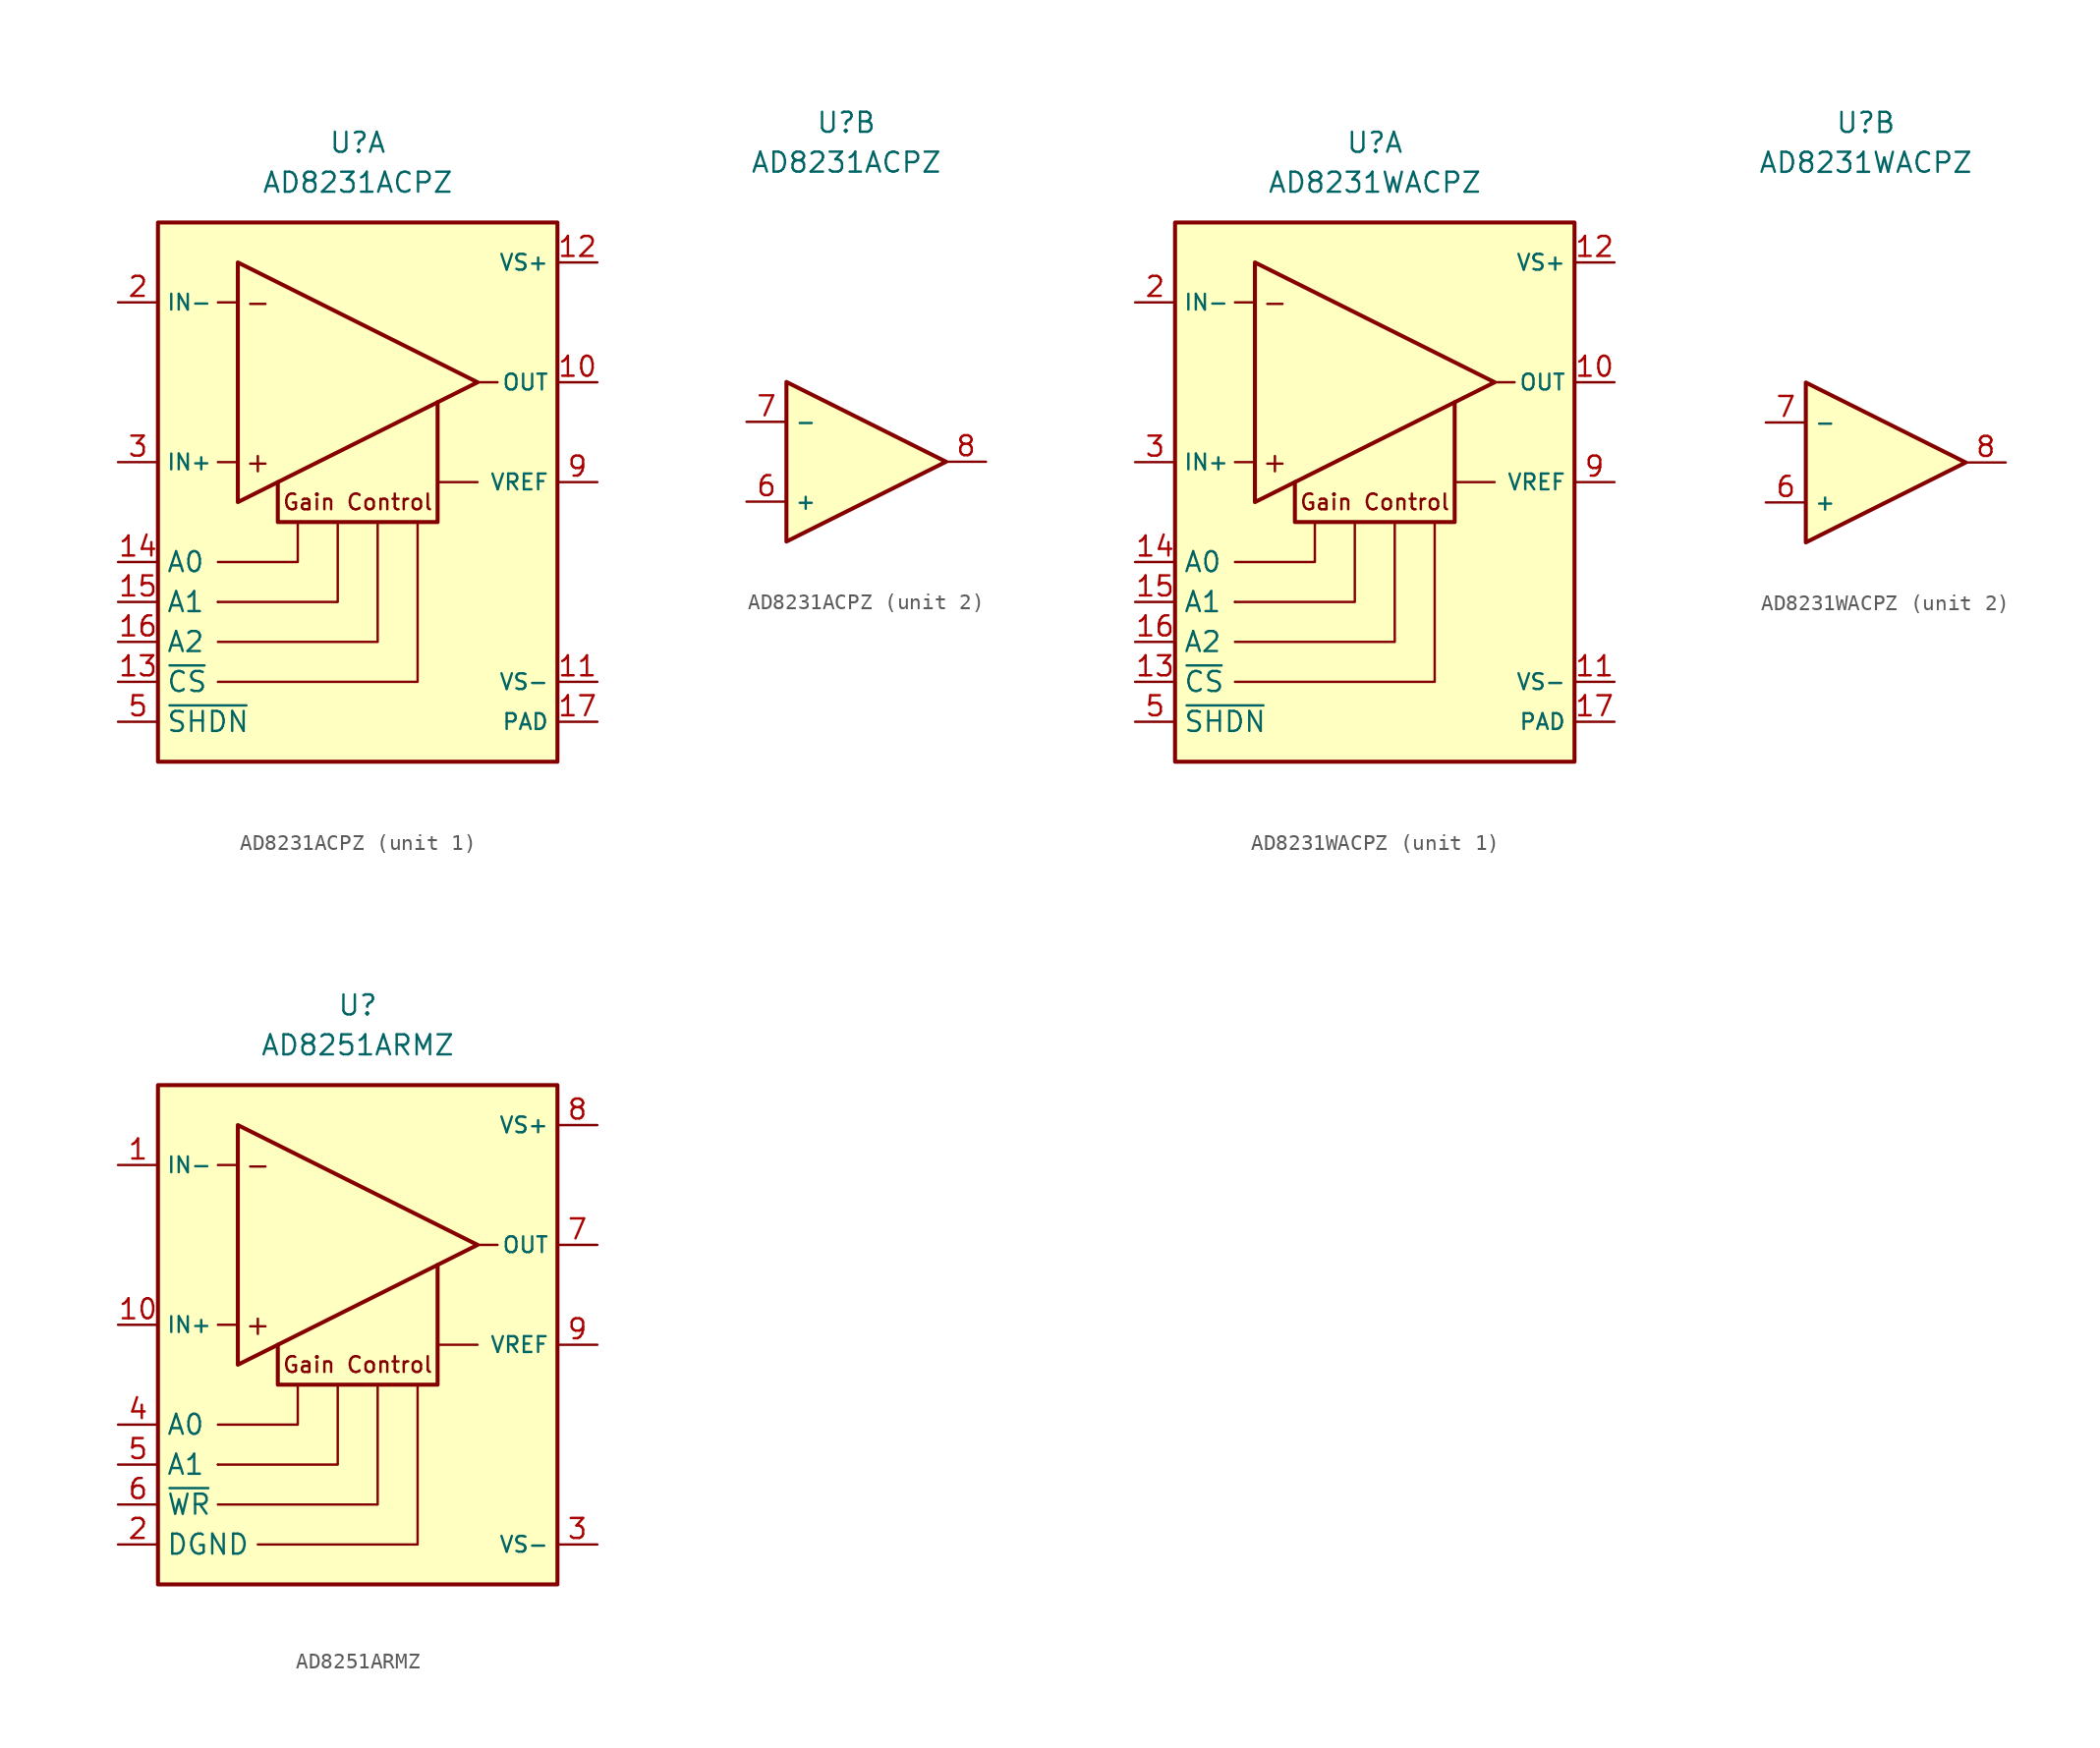
<source format=kicad_sym>
(kicad_symbol_lib
  (version 20231120)
  (generator "kicad_symbol_editor")
  (generator_version "8.0")
  (symbol "AD8231ACPZ"
    (property "Reference" "U"
      (at 0 21.59 0)
      (effects (font (size 1.27 1.27))))
    (property "Value" "AD8231ACPZ"
      (at 0 19.05 0)
      (effects (font (size 1.27 1.27))))
    (property "ki_locked" ""
      (at 0 0 0)
      (effects (font (size 1.27 1.27))))
    (symbol "AD8231ACPZ_1_0"
      (rectangle (start -12.7 16.51) (end 12.7 -17.78) (stroke (width 0.254) (type default)) (fill (type background))))
    (symbol "AD8231ACPZ_1_1"
      (polyline (pts (xy -8.89 -7.62) (xy -8.89 -7.62)) (stroke (width 0.152) (type default)) (fill (type none)))
      (polyline (pts (xy -7.62 1.27) (xy -8.89 1.27)) (stroke (width 0.152) (type default)) (fill (type none)))
      (polyline (pts (xy -7.62 11.43) (xy -8.89 11.43)) (stroke (width 0.152) (type default)) (fill (type none)))
      (polyline (pts (xy 5.08 0) (xy 7.62 0)) (stroke (width 0.152) (type default)) (fill (type none)))
      (polyline (pts (xy 7.62 6.35) (xy 8.89 6.35)) (stroke (width 0.152) (type default)) (fill (type none)))
      (polyline (pts (xy -8.89 -12.7) (xy 3.81 -12.7) (xy 3.81 -2.54)) (stroke (width 0.152) (type default)) (fill (type none)))
      (polyline (pts (xy -8.89 -7.62) (xy -1.27 -7.62) (xy -1.27 -2.54)) (stroke (width 0.152) (type default)) (fill (type none)))
      (polyline (pts (xy -3.81 -2.54) (xy -3.81 -5.08) (xy -8.89 -5.08)) (stroke (width 0.152) (type default)) (fill (type none)))
      (polyline (pts (xy 1.27 -2.54) (xy 1.27 -10.16) (xy -8.89 -10.16)) (stroke (width 0.152) (type default)) (fill (type none)))
      (polyline (pts (xy -7.62 13.97) (xy -7.62 -1.27) (xy 7.62 6.35) (xy -7.62 13.97)) (stroke (width 0.254) (type default)) (fill (type none)))
      (polyline (pts (xy 5.08 5.08) (xy 5.08 -2.54) (xy -5.08 -2.54) (xy -5.08 0)) (stroke (width 0.254) (type default)) (fill (type none)))
      (text "+" (at -6.35 1.27 0) (effects (font (size 1.27 1.27))))
      (text "-" (at -6.35 11.43 0) (effects (font (size 1.27 1.27))))
      (text "Gain Control" (at 0 -1.27 0) (effects (font (size 1 1))))
      (pin free line (at 2.54 -13.97 0) (length 2.54) hide (name "NC" (effects (font (size 1.27 1.27)))) (number "1" (effects (font (size 1.27 1.27)))))
      (pin output line (at 15.24 6.35 180) (length 2.54) (name "OUT" (effects (font (size 1 1)))) (number "10" (effects (font (size 1.27 1.27)))))
      (pin power_in line (at 15.24 -12.7 180) (length 2.54) (name "VS-" (effects (font (size 1 1)))) (number "11" (effects (font (size 1.27 1.27)))))
      (pin power_in line (at 15.24 13.97 180) (length 2.54) (name "VS+" (effects (font (size 1 1)))) (number "12" (effects (font (size 1.27 1.27)))))
      (pin input line (at -15.24 -12.7 0) (length 2.54) (name "~{CS}" (effects (font (size 1.27 1.27)))) (number "13" (effects (font (size 1.27 1.27)))))
      (pin input line (at -15.24 -5.08 0) (length 2.54) (name "A0" (effects (font (size 1.27 1.27)))) (number "14" (effects (font (size 1.27 1.27)))))
      (pin input line (at -15.24 -7.62 0) (length 2.54) (name "A1" (effects (font (size 1.27 1.27)))) (number "15" (effects (font (size 1.27 1.27)))))
      (pin input line (at -15.24 -10.16 0) (length 2.54) (name "A2" (effects (font (size 1.27 1.27)))) (number "16" (effects (font (size 1.27 1.27)))))
      (pin power_in line (at 15.24 -15.24 180) (length 2.54) (name "PAD" (effects (font (size 1 1)))) (number "17" (effects (font (size 1.27 1.27)))))
      (pin input line (at -15.24 11.43 0) (length 2.54) (name "IN-" (effects (font (size 1 1)))) (number "2" (effects (font (size 1.27 1.27)))))
      (pin input line (at -15.24 1.27 0) (length 2.54) (name "IN+" (effects (font (size 1 1)))) (number "3" (effects (font (size 1.27 1.27)))))
      (pin free line (at 2.54 -16.51 0) (length 2.54) hide (name "NC" (effects (font (size 1.27 1.27)))) (number "4" (effects (font (size 1.27 1.27)))))
      (pin input line (at -15.24 -15.24 0) (length 2.54) (name "~{SHDN}" (effects (font (size 1.27 1.27)))) (number "5" (effects (font (size 1.27 1.27)))))
      (pin input line (at 15.24 0 180) (length 2.54) (name "VREF" (effects (font (size 1 1)))) (number "9" (effects (font (size 1.27 1.27))))))
    (symbol "AD8231ACPZ_2_1"
      (polyline (pts (xy -3.81 5.08) (xy -3.81 -5.08) (xy 6.35 0) (xy -3.81 5.08)) (stroke (width 0.254) (type default)) (fill (type background)))
      (pin input line (at -6.35 -2.54 0) (length 2.54) (name "+" (effects (font (size 1 1)))) (number "6" (effects (font (size 1.27 1.27)))))
      (pin input line (at -6.35 2.54 0) (length 2.54) (name "-" (effects (font (size 1 1)))) (number "7" (effects (font (size 1.27 1.27)))))
      (pin output line (at 8.89 0 180) (length 2.54) (name "~" (effects (font (size 1 1)))) (number "8" (effects (font (size 1.27 1.27)))))))
  (symbol "AD8231WACPZ"
    (property "Reference" "U"
      (at 0 21.59 0)
      (effects (font (size 1.27 1.27))))
    (property "Value" "AD8231WACPZ"
      (at 0 19.05 0)
      (effects (font (size 1.27 1.27))))
    (property "ki_locked" ""
      (at 0 0 0)
      (effects (font (size 1.27 1.27))))
    (symbol "AD8231WACPZ_1_0"
      (rectangle (start -12.7 16.51) (end 12.7 -17.78) (stroke (width 0.254) (type default)) (fill (type background))))
    (symbol "AD8231WACPZ_1_1"
      (polyline (pts (xy -8.89 -7.62) (xy -8.89 -7.62)) (stroke (width 0.152) (type default)) (fill (type none)))
      (polyline (pts (xy -7.62 1.27) (xy -8.89 1.27)) (stroke (width 0.152) (type default)) (fill (type none)))
      (polyline (pts (xy -7.62 11.43) (xy -8.89 11.43)) (stroke (width 0.152) (type default)) (fill (type none)))
      (polyline (pts (xy 5.08 0) (xy 7.62 0)) (stroke (width 0.152) (type default)) (fill (type none)))
      (polyline (pts (xy 7.62 6.35) (xy 8.89 6.35)) (stroke (width 0.152) (type default)) (fill (type none)))
      (polyline (pts (xy -8.89 -12.7) (xy 3.81 -12.7) (xy 3.81 -2.54)) (stroke (width 0.152) (type default)) (fill (type none)))
      (polyline (pts (xy -8.89 -7.62) (xy -1.27 -7.62) (xy -1.27 -2.54)) (stroke (width 0.152) (type default)) (fill (type none)))
      (polyline (pts (xy -3.81 -2.54) (xy -3.81 -5.08) (xy -8.89 -5.08)) (stroke (width 0.152) (type default)) (fill (type none)))
      (polyline (pts (xy 1.27 -2.54) (xy 1.27 -10.16) (xy -8.89 -10.16)) (stroke (width 0.152) (type default)) (fill (type none)))
      (polyline (pts (xy -7.62 13.97) (xy -7.62 -1.27) (xy 7.62 6.35) (xy -7.62 13.97)) (stroke (width 0.254) (type default)) (fill (type none)))
      (polyline (pts (xy 5.08 5.08) (xy 5.08 -2.54) (xy -5.08 -2.54) (xy -5.08 0)) (stroke (width 0.254) (type default)) (fill (type none)))
      (text "+" (at -6.35 1.27 0) (effects (font (size 1.27 1.27))))
      (text "-" (at -6.35 11.43 0) (effects (font (size 1.27 1.27))))
      (text "Gain Control" (at 0 -1.27 0) (effects (font (size 1 1))))
      (pin free line (at 3.81 -13.97 0) (length 2.54) hide (name "NC" (effects (font (size 1.27 1.27)))) (number "1" (effects (font (size 1.27 1.27)))))
      (pin output line (at 15.24 6.35 180) (length 2.54) (name "OUT" (effects (font (size 1 1)))) (number "10" (effects (font (size 1.27 1.27)))))
      (pin power_in line (at 15.24 -12.7 180) (length 2.54) (name "VS-" (effects (font (size 1 1)))) (number "11" (effects (font (size 1.27 1.27)))))
      (pin power_in line (at 15.24 13.97 180) (length 2.54) (name "VS+" (effects (font (size 1 1)))) (number "12" (effects (font (size 1.27 1.27)))))
      (pin input line (at -15.24 -12.7 0) (length 2.54) (name "~{CS}" (effects (font (size 1.27 1.27)))) (number "13" (effects (font (size 1.27 1.27)))))
      (pin input line (at -15.24 -5.08 0) (length 2.54) (name "A0" (effects (font (size 1.27 1.27)))) (number "14" (effects (font (size 1.27 1.27)))))
      (pin input line (at -15.24 -7.62 0) (length 2.54) (name "A1" (effects (font (size 1.27 1.27)))) (number "15" (effects (font (size 1.27 1.27)))))
      (pin input line (at -15.24 -10.16 0) (length 2.54) (name "A2" (effects (font (size 1.27 1.27)))) (number "16" (effects (font (size 1.27 1.27)))))
      (pin power_in line (at 15.24 -15.24 180) (length 2.54) (name "PAD" (effects (font (size 1 1)))) (number "17" (effects (font (size 1.27 1.27)))))
      (pin input line (at -15.24 11.43 0) (length 2.54) (name "IN-" (effects (font (size 1 1)))) (number "2" (effects (font (size 1.27 1.27)))))
      (pin input line (at -15.24 1.27 0) (length 2.54) (name "IN+" (effects (font (size 1 1)))) (number "3" (effects (font (size 1.27 1.27)))))
      (pin free line (at 3.81 -16.51 0) (length 2.54) hide (name "NC" (effects (font (size 1.27 1.27)))) (number "4" (effects (font (size 1.27 1.27)))))
      (pin input line (at -15.24 -15.24 0) (length 2.54) (name "~{SHDN}" (effects (font (size 1.27 1.27)))) (number "5" (effects (font (size 1.27 1.27)))))
      (pin input line (at 15.24 0 180) (length 2.54) (name "VREF" (effects (font (size 1 1)))) (number "9" (effects (font (size 1.27 1.27))))))
    (symbol "AD8231WACPZ_2_1"
      (polyline (pts (xy -3.81 5.08) (xy -3.81 -5.08) (xy 6.35 0) (xy -3.81 5.08)) (stroke (width 0.254) (type default)) (fill (type background)))
      (pin input line (at -6.35 -2.54 0) (length 2.54) (name "+" (effects (font (size 1 1)))) (number "6" (effects (font (size 1.27 1.27)))))
      (pin input line (at -6.35 2.54 0) (length 2.54) (name "-" (effects (font (size 1 1)))) (number "7" (effects (font (size 1.27 1.27)))))
      (pin output line (at 8.89 0 180) (length 2.54) (name "~" (effects (font (size 1 1)))) (number "8" (effects (font (size 1.27 1.27)))))))
  (symbol "AD8251ARMZ"
    (property "Reference" "U"
      (at 0 21.59 0)
      (effects (font (size 1.27 1.27))))
    (property "Value" "AD8251ARMZ"
      (at 0 19.05 0)
      (effects (font (size 1.27 1.27))))
    (symbol "AD8251ARMZ_1_0"
      (rectangle (start -12.7 16.51) (end 12.7 -15.24) (stroke (width 0.254) (type default)) (fill (type background))))
    (symbol "AD8251ARMZ_1_1"
      (polyline (pts (xy -8.89 -7.62) (xy -8.89 -7.62)) (stroke (width 0.152) (type default)) (fill (type none)))
      (polyline (pts (xy -7.62 1.27) (xy -8.89 1.27)) (stroke (width 0.152) (type default)) (fill (type none)))
      (polyline (pts (xy -7.62 11.43) (xy -8.89 11.43)) (stroke (width 0.152) (type default)) (fill (type none)))
      (polyline (pts (xy 5.08 0) (xy 7.62 0)) (stroke (width 0.152) (type default)) (fill (type none)))
      (polyline (pts (xy 7.62 6.35) (xy 8.89 6.35)) (stroke (width 0.152) (type default)) (fill (type none)))
      (polyline (pts (xy -8.89 -7.62) (xy -1.27 -7.62) (xy -1.27 -2.54)) (stroke (width 0.152) (type default)) (fill (type none)))
      (polyline (pts (xy -6.35 -12.7) (xy 3.81 -12.7) (xy 3.81 -2.54)) (stroke (width 0.152) (type default)) (fill (type none)))
      (polyline (pts (xy -3.81 -2.54) (xy -3.81 -5.08) (xy -8.89 -5.08)) (stroke (width 0.152) (type default)) (fill (type none)))
      (polyline (pts (xy 1.27 -2.54) (xy 1.27 -10.16) (xy -8.89 -10.16)) (stroke (width 0.152) (type default)) (fill (type none)))
      (polyline (pts (xy -7.62 13.97) (xy -7.62 -1.27) (xy 7.62 6.35) (xy -7.62 13.97)) (stroke (width 0.254) (type default)) (fill (type none)))
      (polyline (pts (xy 5.08 5.08) (xy 5.08 -2.54) (xy -5.08 -2.54) (xy -5.08 0)) (stroke (width 0.254) (type default)) (fill (type none)))
      (text "+" (at -6.35 1.27 0) (effects (font (size 1.27 1.27))))
      (text "-" (at -6.35 11.43 0) (effects (font (size 1.27 1.27))))
      (text "Gain Control" (at 0 -1.27 0) (effects (font (size 1 1))))
      (pin input line (at -15.24 11.43 0) (length 2.54) (name "IN-" (effects (font (size 1 1)))) (number "1" (effects (font (size 1.27 1.27)))))
      (pin input line (at -15.24 1.27 0) (length 2.54) (name "IN+" (effects (font (size 1 1)))) (number "10" (effects (font (size 1.27 1.27)))))
      (pin power_in line (at -15.24 -12.7 0) (length 2.54) (name "DGND" (effects (font (size 1.27 1.27)))) (number "2" (effects (font (size 1.27 1.27)))))
      (pin power_in line (at 15.24 -12.7 180) (length 2.54) (name "VS-" (effects (font (size 1 1)))) (number "3" (effects (font (size 1.27 1.27)))))
      (pin input line (at -15.24 -5.08 0) (length 2.54) (name "A0" (effects (font (size 1.27 1.27)))) (number "4" (effects (font (size 1.27 1.27)))))
      (pin input line (at -15.24 -7.62 0) (length 2.54) (name "A1" (effects (font (size 1.27 1.27)))) (number "5" (effects (font (size 1.27 1.27)))))
      (pin input line (at -15.24 -10.16 0) (length 2.54) (name "~{WR}" (effects (font (size 1.27 1.27)))) (number "6" (effects (font (size 1.27 1.27)))))
      (pin output line (at 15.24 6.35 180) (length 2.54) (name "OUT" (effects (font (size 1 1)))) (number "7" (effects (font (size 1.27 1.27)))))
      (pin power_in line (at 15.24 13.97 180) (length 2.54) (name "VS+" (effects (font (size 1 1)))) (number "8" (effects (font (size 1.27 1.27)))))
      (pin input line (at 15.24 0 180) (length 2.54) (name "VREF" (effects (font (size 1 1)))) (number "9" (effects (font (size 1.27 1.27))))))))
</source>
